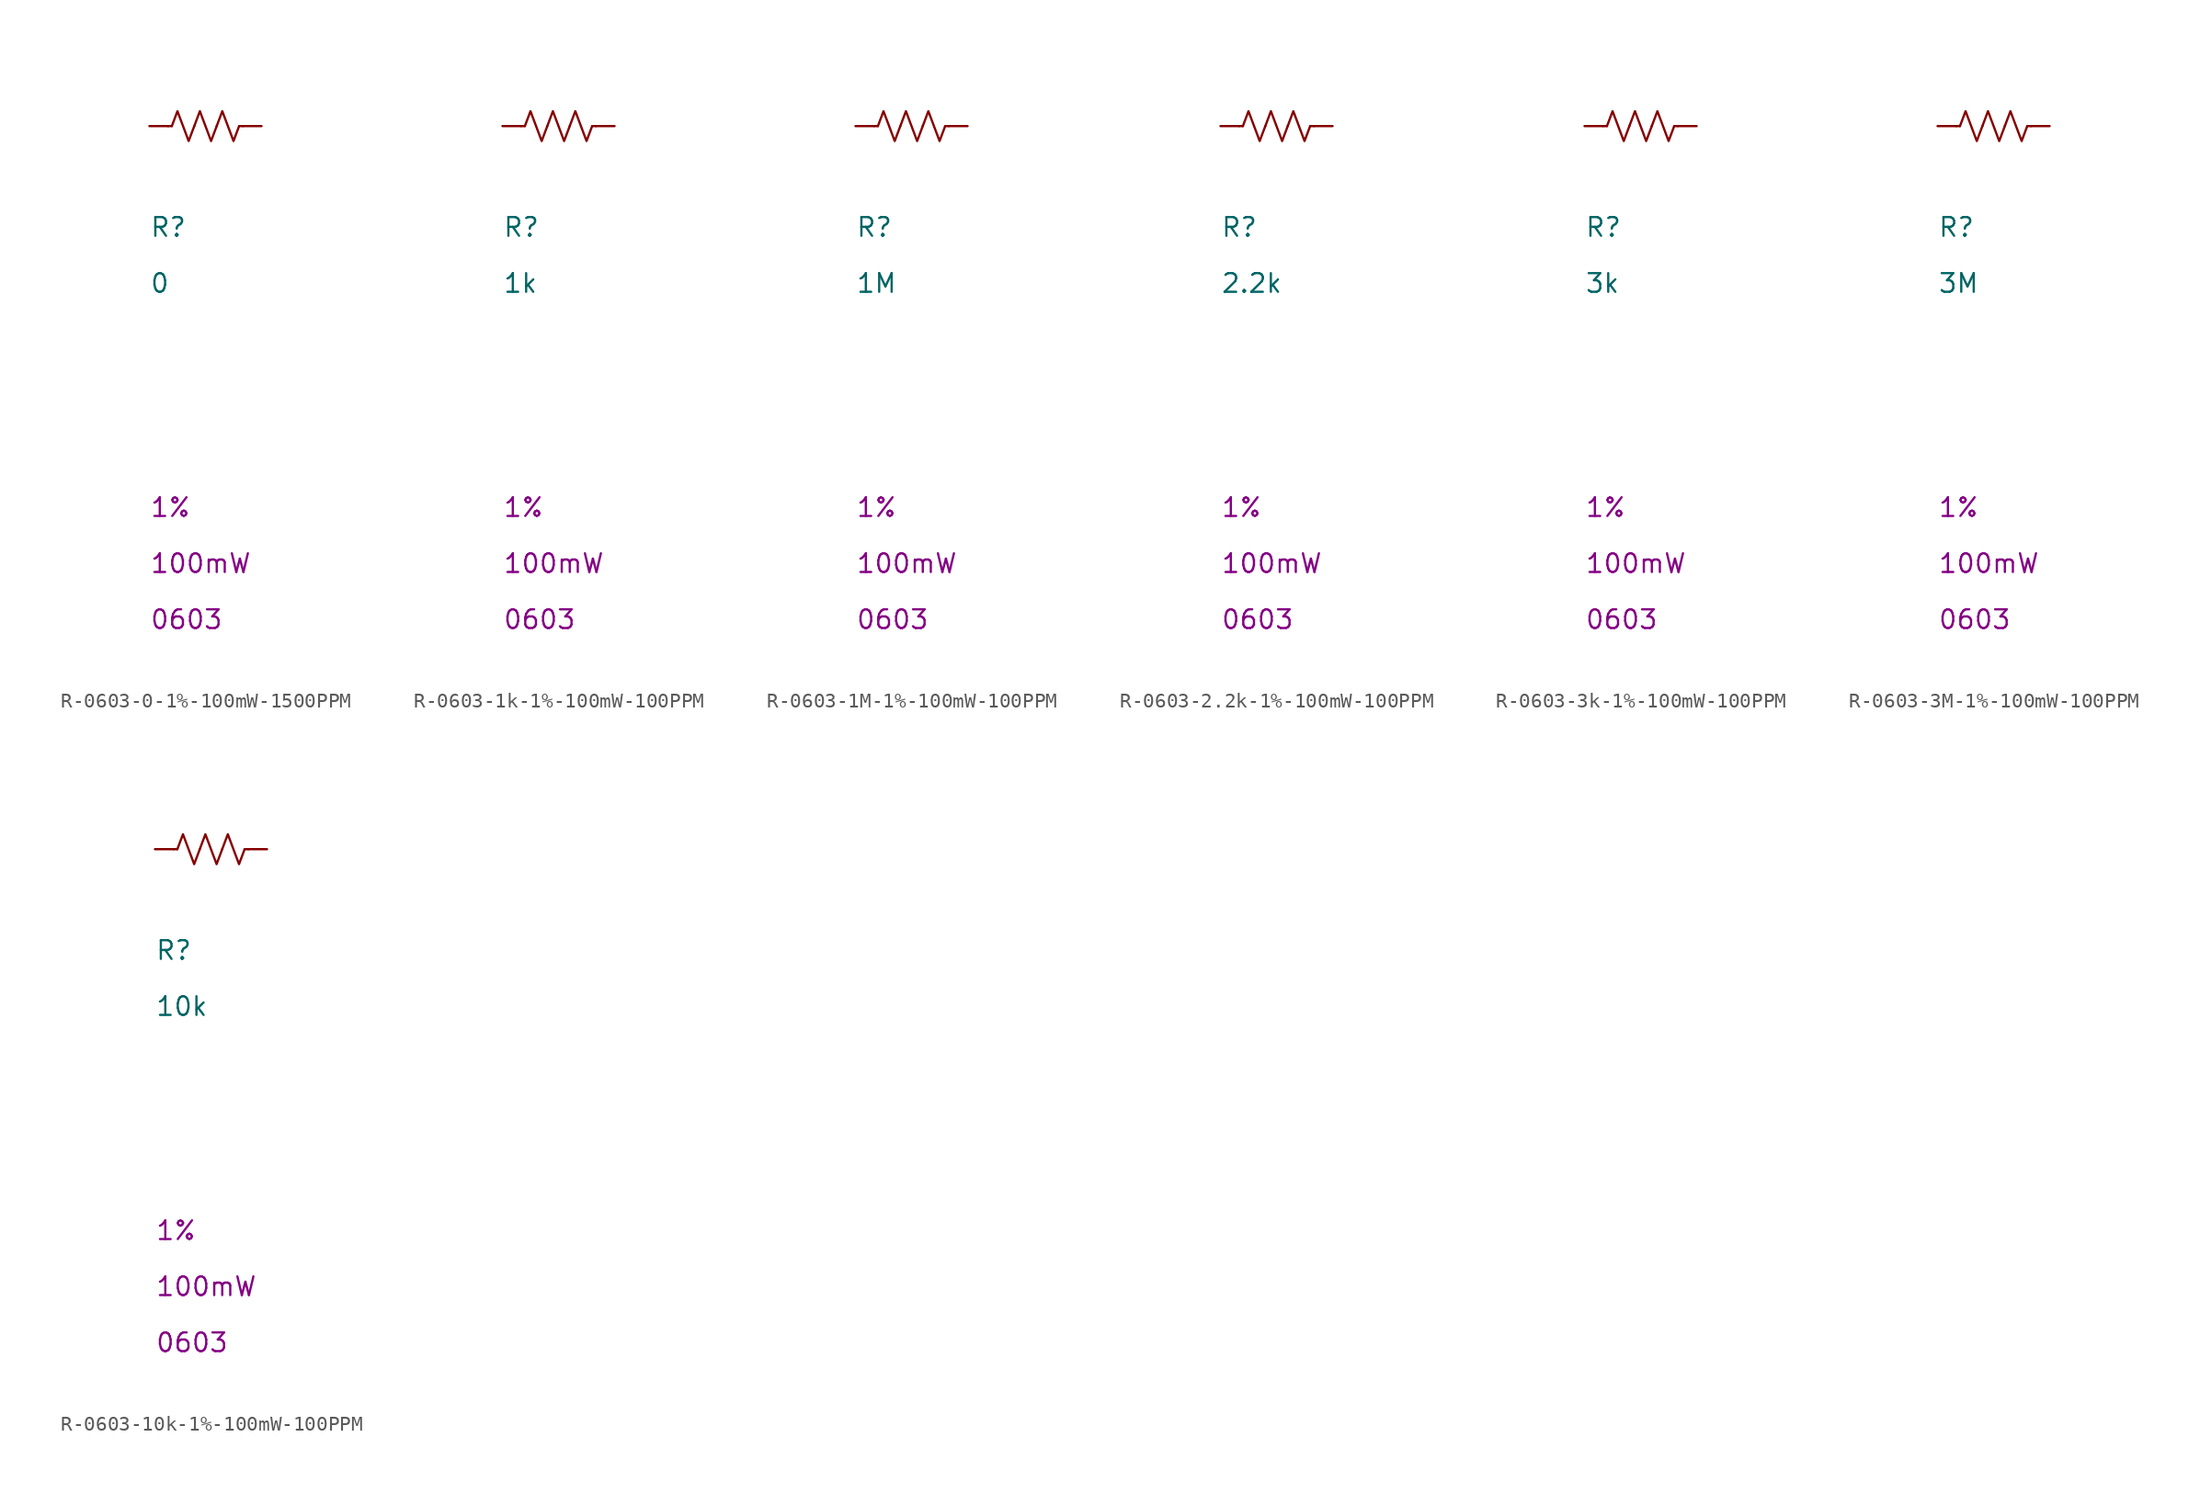
<source format=kicad_sym>
(kicad_symbol_lib
  (version 20241209)
  (generator "kicad_symbol_editor")
  (generator_version "9.0")
  (symbol "R-0603-0-1%-100mW-1500PPM"
    (pin_numbers
      (hide yes))
    (pin_names
      (hide yes))
    (property "Reference" "R"
      (at 0 -7.62 0)
      (effects (font (size 1.27 1.27)) (justify left bottom)))
    (property "Value" "0"
      (at 0 -11.43 0)
      (effects (font (size 1.27 1.27)) (justify left bottom)))
    (property "Tolerance" "1%"
      (at 0 -26.67 0)
      (effects (font (size 1.27 1.27)) (justify left bottom)))
    (property "Power Rating" "100mW"
      (at 0 -30.48 0)
      (effects (font (size 1.27 1.27)) (justify left bottom)))
    (property "Case/Package" "0603"
      (at 0 -34.29 0)
      (effects (font (size 1.27 1.27)) (justify left bottom)))
    (symbol "R-0603-0-1%-100mW-1500PPM_0_1"
      (polyline (pts (xy 1.524 0) (xy 1.27 0)) (stroke (width 0) (type default)) (fill (type none)))
      (polyline (pts (xy 1.524 0) (xy 1.905 1.016) (xy 2.286 0) (xy 2.667 -1.016) (xy 3.048 0)) (stroke (width 0) (type default)) (fill (type none)))
      (polyline (pts (xy 3.048 0) (xy 3.429 1.016) (xy 3.81 0) (xy 4.191 -1.016) (xy 4.572 0)) (stroke (width 0) (type default)) (fill (type none)))
      (polyline (pts (xy 4.572 0) (xy 4.953 1.016) (xy 5.334 0) (xy 5.715 -1.016) (xy 6.096 0)) (stroke (width 0) (type default)) (fill (type none)))
      (polyline (pts (xy 6.096 0) (xy 6.35 0)) (stroke (width 0) (type default)) (fill (type none))))
    (symbol "R-0603-0-1%-100mW-1500PPM_1_1"
      (pin passive line (at 0 0 0) (length 1.27) (name "1" (effects (font (size 1.27 1.27)))) (number "1" (effects (font (size 1.016 1.016)))))
      (pin passive line (at 7.62 0 180) (length 1.27) (name "2" (effects (font (size 1.27 1.27)))) (number "2" (effects (font (size 1.016 1.016)))))))
  (symbol "R-0603-1k-1%-100mW-100PPM"
    (pin_numbers
      (hide yes))
    (pin_names
      (hide yes))
    (property "Reference" "R"
      (at 0 -7.62 0)
      (effects (font (size 1.27 1.27)) (justify left bottom)))
    (property "Value" "1k"
      (at 0 -11.43 0)
      (effects (font (size 1.27 1.27)) (justify left bottom)))
    (property "Tolerance" "1%"
      (at 0 -26.67 0)
      (effects (font (size 1.27 1.27)) (justify left bottom)))
    (property "Power Rating" "100mW"
      (at 0 -30.48 0)
      (effects (font (size 1.27 1.27)) (justify left bottom)))
    (property "Case/Package" "0603"
      (at 0 -34.29 0)
      (effects (font (size 1.27 1.27)) (justify left bottom)))
    (symbol "R-0603-1k-1%-100mW-100PPM_0_1"
      (polyline (pts (xy 1.524 0) (xy 1.27 0)) (stroke (width 0) (type default)) (fill (type none)))
      (polyline (pts (xy 1.524 0) (xy 1.905 1.016) (xy 2.286 0) (xy 2.667 -1.016) (xy 3.048 0)) (stroke (width 0) (type default)) (fill (type none)))
      (polyline (pts (xy 3.048 0) (xy 3.429 1.016) (xy 3.81 0) (xy 4.191 -1.016) (xy 4.572 0)) (stroke (width 0) (type default)) (fill (type none)))
      (polyline (pts (xy 4.572 0) (xy 4.953 1.016) (xy 5.334 0) (xy 5.715 -1.016) (xy 6.096 0)) (stroke (width 0) (type default)) (fill (type none)))
      (polyline (pts (xy 6.096 0) (xy 6.35 0)) (stroke (width 0) (type default)) (fill (type none))))
    (symbol "R-0603-1k-1%-100mW-100PPM_1_1"
      (pin passive line (at 0 0 0) (length 1.27) (name "1" (effects (font (size 1.27 1.27)))) (number "1" (effects (font (size 1.016 1.016)))))
      (pin passive line (at 7.62 0 180) (length 1.27) (name "2" (effects (font (size 1.27 1.27)))) (number "2" (effects (font (size 1.016 1.016)))))))
  (symbol "R-0603-1M-1%-100mW-100PPM"
    (pin_numbers
      (hide yes))
    (pin_names
      (hide yes))
    (property "Reference" "R"
      (at 0 -7.62 0)
      (effects (font (size 1.27 1.27)) (justify left bottom)))
    (property "Value" "1M"
      (at 0 -11.43 0)
      (effects (font (size 1.27 1.27)) (justify left bottom)))
    (property "Tolerance" "1%"
      (at 0 -26.67 0)
      (effects (font (size 1.27 1.27)) (justify left bottom)))
    (property "Power Rating" "100mW"
      (at 0 -30.48 0)
      (effects (font (size 1.27 1.27)) (justify left bottom)))
    (property "Case/Package" "0603"
      (at 0 -34.29 0)
      (effects (font (size 1.27 1.27)) (justify left bottom)))
    (symbol "R-0603-1M-1%-100mW-100PPM_0_1"
      (polyline (pts (xy 1.524 0) (xy 1.27 0)) (stroke (width 0) (type default)) (fill (type none)))
      (polyline (pts (xy 1.524 0) (xy 1.905 1.016) (xy 2.286 0) (xy 2.667 -1.016) (xy 3.048 0)) (stroke (width 0) (type default)) (fill (type none)))
      (polyline (pts (xy 3.048 0) (xy 3.429 1.016) (xy 3.81 0) (xy 4.191 -1.016) (xy 4.572 0)) (stroke (width 0) (type default)) (fill (type none)))
      (polyline (pts (xy 4.572 0) (xy 4.953 1.016) (xy 5.334 0) (xy 5.715 -1.016) (xy 6.096 0)) (stroke (width 0) (type default)) (fill (type none)))
      (polyline (pts (xy 6.096 0) (xy 6.35 0)) (stroke (width 0) (type default)) (fill (type none))))
    (symbol "R-0603-1M-1%-100mW-100PPM_1_1"
      (pin passive line (at 0 0 0) (length 1.27) (name "1" (effects (font (size 1.27 1.27)))) (number "1" (effects (font (size 1.016 1.016)))))
      (pin passive line (at 7.62 0 180) (length 1.27) (name "2" (effects (font (size 1.27 1.27)))) (number "2" (effects (font (size 1.016 1.016)))))))
  (symbol "R-0603-2.2k-1%-100mW-100PPM"
    (pin_numbers
      (hide yes))
    (pin_names
      (hide yes))
    (property "Reference" "R"
      (at 0 -7.62 0)
      (effects (font (size 1.27 1.27)) (justify left bottom)))
    (property "Value" "2.2k"
      (at 0 -11.43 0)
      (effects (font (size 1.27 1.27)) (justify left bottom)))
    (property "Tolerance" "1%"
      (at 0 -26.67 0)
      (effects (font (size 1.27 1.27)) (justify left bottom)))
    (property "Power Rating" "100mW"
      (at 0 -30.48 0)
      (effects (font (size 1.27 1.27)) (justify left bottom)))
    (property "Case/Package" "0603"
      (at 0 -34.29 0)
      (effects (font (size 1.27 1.27)) (justify left bottom)))
    (symbol "R-0603-2.2k-1%-100mW-100PPM_0_1"
      (polyline (pts (xy 1.524 0) (xy 1.27 0)) (stroke (width 0) (type default)) (fill (type none)))
      (polyline (pts (xy 1.524 0) (xy 1.905 1.016) (xy 2.286 0) (xy 2.667 -1.016) (xy 3.048 0)) (stroke (width 0) (type default)) (fill (type none)))
      (polyline (pts (xy 3.048 0) (xy 3.429 1.016) (xy 3.81 0) (xy 4.191 -1.016) (xy 4.572 0)) (stroke (width 0) (type default)) (fill (type none)))
      (polyline (pts (xy 4.572 0) (xy 4.953 1.016) (xy 5.334 0) (xy 5.715 -1.016) (xy 6.096 0)) (stroke (width 0) (type default)) (fill (type none)))
      (polyline (pts (xy 6.096 0) (xy 6.35 0)) (stroke (width 0) (type default)) (fill (type none))))
    (symbol "R-0603-2.2k-1%-100mW-100PPM_1_1"
      (pin passive line (at 0 0 0) (length 1.27) (name "1" (effects (font (size 1.27 1.27)))) (number "1" (effects (font (size 1.016 1.016)))))
      (pin passive line (at 7.62 0 180) (length 1.27) (name "2" (effects (font (size 1.27 1.27)))) (number "2" (effects (font (size 1.016 1.016)))))))
  (symbol "R-0603-3k-1%-100mW-100PPM"
    (pin_numbers
      (hide yes))
    (pin_names
      (hide yes))
    (property "Reference" "R"
      (at 0 -7.62 0)
      (effects (font (size 1.27 1.27)) (justify left bottom)))
    (property "Value" "3k"
      (at 0 -11.43 0)
      (effects (font (size 1.27 1.27)) (justify left bottom)))
    (property "Tolerance" "1%"
      (at 0 -26.67 0)
      (effects (font (size 1.27 1.27)) (justify left bottom)))
    (property "Power Rating" "100mW"
      (at 0 -30.48 0)
      (effects (font (size 1.27 1.27)) (justify left bottom)))
    (property "Case/Package" "0603"
      (at 0 -34.29 0)
      (effects (font (size 1.27 1.27)) (justify left bottom)))
    (symbol "R-0603-3k-1%-100mW-100PPM_0_1"
      (polyline (pts (xy 1.524 0) (xy 1.27 0)) (stroke (width 0) (type default)) (fill (type none)))
      (polyline (pts (xy 1.524 0) (xy 1.905 1.016) (xy 2.286 0) (xy 2.667 -1.016) (xy 3.048 0)) (stroke (width 0) (type default)) (fill (type none)))
      (polyline (pts (xy 3.048 0) (xy 3.429 1.016) (xy 3.81 0) (xy 4.191 -1.016) (xy 4.572 0)) (stroke (width 0) (type default)) (fill (type none)))
      (polyline (pts (xy 4.572 0) (xy 4.953 1.016) (xy 5.334 0) (xy 5.715 -1.016) (xy 6.096 0)) (stroke (width 0) (type default)) (fill (type none)))
      (polyline (pts (xy 6.096 0) (xy 6.35 0)) (stroke (width 0) (type default)) (fill (type none))))
    (symbol "R-0603-3k-1%-100mW-100PPM_1_1"
      (pin passive line (at 0 0 0) (length 1.27) (name "1" (effects (font (size 1.27 1.27)))) (number "1" (effects (font (size 1.016 1.016)))))
      (pin passive line (at 7.62 0 180) (length 1.27) (name "2" (effects (font (size 1.27 1.27)))) (number "2" (effects (font (size 1.016 1.016)))))))
  (symbol "R-0603-3M-1%-100mW-100PPM"
    (pin_numbers
      (hide yes))
    (pin_names
      (hide yes))
    (property "Reference" "R"
      (at 0 -7.62 0)
      (effects (font (size 1.27 1.27)) (justify left bottom)))
    (property "Value" "3M"
      (at 0 -11.43 0)
      (effects (font (size 1.27 1.27)) (justify left bottom)))
    (property "Tolerance" "1%"
      (at 0 -26.67 0)
      (effects (font (size 1.27 1.27)) (justify left bottom)))
    (property "Power Rating" "100mW"
      (at 0 -30.48 0)
      (effects (font (size 1.27 1.27)) (justify left bottom)))
    (property "Case/Package" "0603"
      (at 0 -34.29 0)
      (effects (font (size 1.27 1.27)) (justify left bottom)))
    (symbol "R-0603-3M-1%-100mW-100PPM_0_1"
      (polyline (pts (xy 1.524 0) (xy 1.27 0)) (stroke (width 0) (type default)) (fill (type none)))
      (polyline (pts (xy 1.524 0) (xy 1.905 1.016) (xy 2.286 0) (xy 2.667 -1.016) (xy 3.048 0)) (stroke (width 0) (type default)) (fill (type none)))
      (polyline (pts (xy 3.048 0) (xy 3.429 1.016) (xy 3.81 0) (xy 4.191 -1.016) (xy 4.572 0)) (stroke (width 0) (type default)) (fill (type none)))
      (polyline (pts (xy 4.572 0) (xy 4.953 1.016) (xy 5.334 0) (xy 5.715 -1.016) (xy 6.096 0)) (stroke (width 0) (type default)) (fill (type none)))
      (polyline (pts (xy 6.096 0) (xy 6.35 0)) (stroke (width 0) (type default)) (fill (type none))))
    (symbol "R-0603-3M-1%-100mW-100PPM_1_1"
      (pin passive line (at 0 0 0) (length 1.27) (name "1" (effects (font (size 1.27 1.27)))) (number "1" (effects (font (size 1.016 1.016)))))
      (pin passive line (at 7.62 0 180) (length 1.27) (name "2" (effects (font (size 1.27 1.27)))) (number "2" (effects (font (size 1.016 1.016)))))))
  (symbol "R-0603-10k-1%-100mW-100PPM"
    (pin_numbers
      (hide yes))
    (pin_names
      (hide yes))
    (property "Reference" "R"
      (at 0 -7.62 0)
      (effects (font (size 1.27 1.27)) (justify left bottom)))
    (property "Value" "10k"
      (at 0 -11.43 0)
      (effects (font (size 1.27 1.27)) (justify left bottom)))
    (property "Tolerance" "1%"
      (at 0 -26.67 0)
      (effects (font (size 1.27 1.27)) (justify left bottom)))
    (property "Power Rating" "100mW"
      (at 0 -30.48 0)
      (effects (font (size 1.27 1.27)) (justify left bottom)))
    (property "Case/Package" "0603"
      (at 0 -34.29 0)
      (effects (font (size 1.27 1.27)) (justify left bottom)))
    (symbol "R-0603-10k-1%-100mW-100PPM_0_1"
      (polyline (pts (xy 1.524 0) (xy 1.27 0)) (stroke (width 0) (type default)) (fill (type none)))
      (polyline (pts (xy 1.524 0) (xy 1.905 1.016) (xy 2.286 0) (xy 2.667 -1.016) (xy 3.048 0)) (stroke (width 0) (type default)) (fill (type none)))
      (polyline (pts (xy 3.048 0) (xy 3.429 1.016) (xy 3.81 0) (xy 4.191 -1.016) (xy 4.572 0)) (stroke (width 0) (type default)) (fill (type none)))
      (polyline (pts (xy 4.572 0) (xy 4.953 1.016) (xy 5.334 0) (xy 5.715 -1.016) (xy 6.096 0)) (stroke (width 0) (type default)) (fill (type none)))
      (polyline (pts (xy 6.096 0) (xy 6.35 0)) (stroke (width 0) (type default)) (fill (type none))))
    (symbol "R-0603-10k-1%-100mW-100PPM_1_1"
      (pin passive line (at 0 0 0) (length 1.27) (name "1" (effects (font (size 1.27 1.27)))) (number "1" (effects (font (size 1.016 1.016)))))
      (pin passive line (at 7.62 0 180) (length 1.27) (name "2" (effects (font (size 1.27 1.27)))) (number "2" (effects (font (size 1.016 1.016))))))))
</source>
